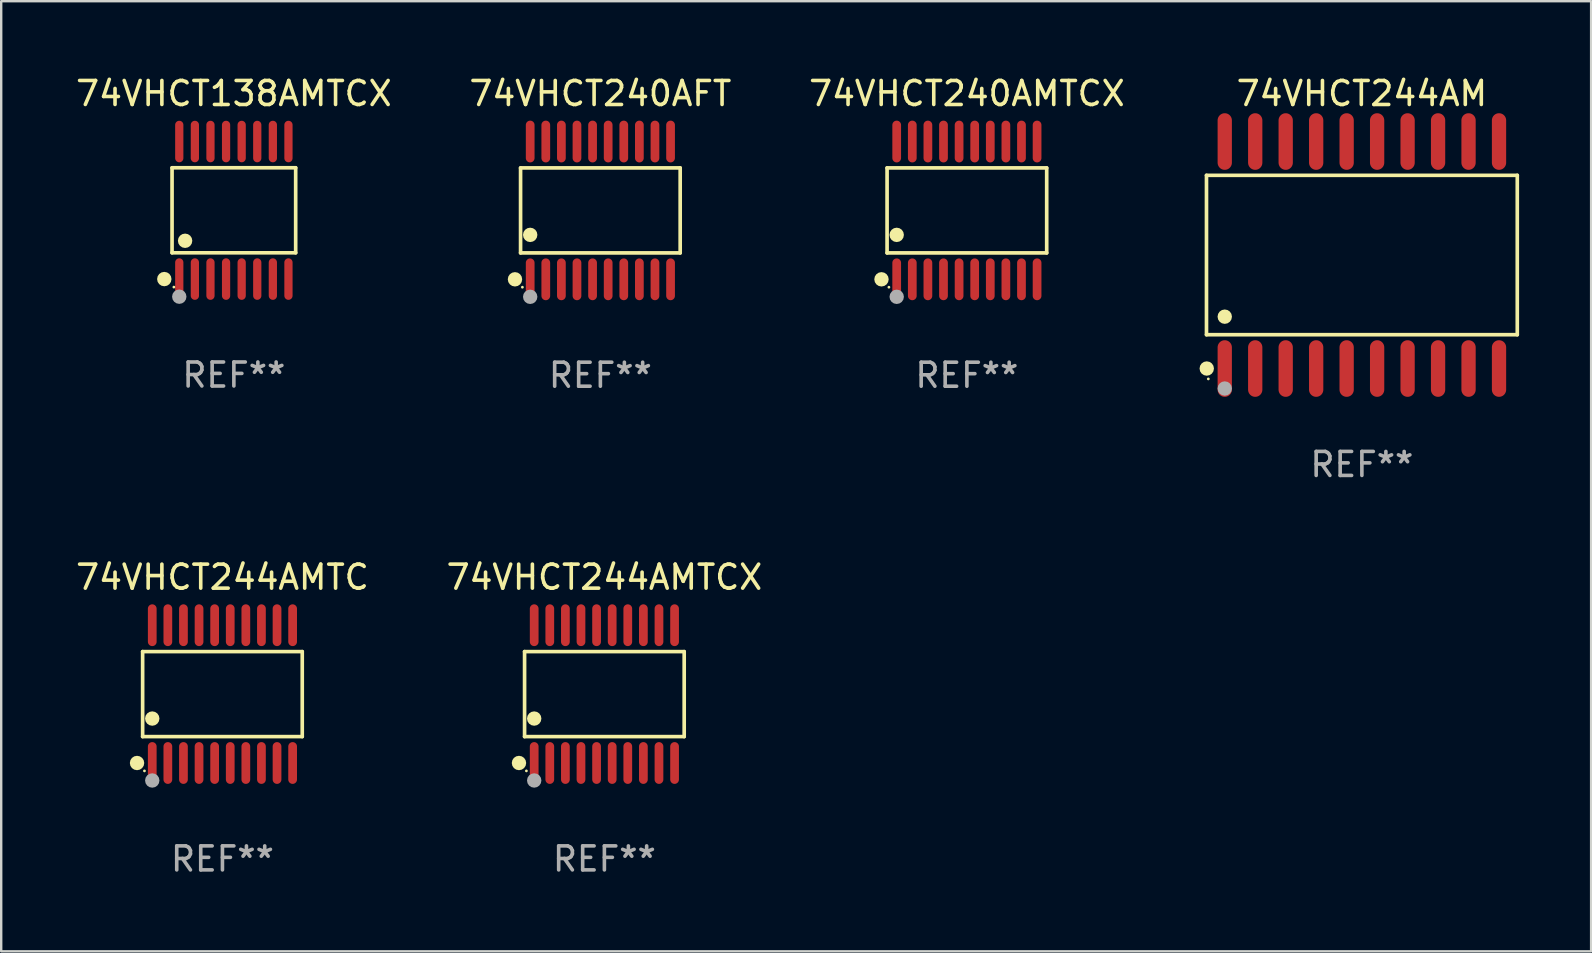
<source format=kicad_pcb>
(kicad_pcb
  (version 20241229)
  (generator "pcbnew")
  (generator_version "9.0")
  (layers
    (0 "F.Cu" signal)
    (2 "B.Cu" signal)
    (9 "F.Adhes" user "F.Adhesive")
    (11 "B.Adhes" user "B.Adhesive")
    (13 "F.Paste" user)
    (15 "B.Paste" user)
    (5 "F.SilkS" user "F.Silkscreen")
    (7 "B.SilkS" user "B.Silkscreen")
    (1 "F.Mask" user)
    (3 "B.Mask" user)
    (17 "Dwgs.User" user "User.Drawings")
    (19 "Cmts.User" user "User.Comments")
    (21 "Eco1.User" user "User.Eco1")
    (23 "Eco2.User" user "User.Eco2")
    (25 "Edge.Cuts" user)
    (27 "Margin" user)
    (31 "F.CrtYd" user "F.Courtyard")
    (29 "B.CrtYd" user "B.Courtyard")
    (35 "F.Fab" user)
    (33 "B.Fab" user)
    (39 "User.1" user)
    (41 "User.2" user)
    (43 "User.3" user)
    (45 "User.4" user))
  (footprint "74VHCT240AMTCX"
    (layer "F.Cu")
    (at 37.244 5.719)
    (property "Reference" "74VHCT240AMTCX" (at 0 -4.871 0) (layer "F.SilkS") (effects (font (size 1 1) (thickness 0.15))))
    (attr through_hole)
    (fp_line (start -3.326 -1.771) (end 3.326 -1.771) (stroke (width 0.152) (type solid)) (layer "F.SilkS"))
    (fp_line (start -3.326 1.771) (end -3.326 -1.771) (stroke (width 0.152) (type solid)) (layer "F.SilkS"))
    (fp_line (start 3.326 -1.771) (end 3.326 1.771) (stroke (width 0.152) (type solid)) (layer "F.SilkS"))
    (fp_line (start 3.326 1.771) (end -3.326 1.771) (stroke (width 0.152) (type solid)) (layer "F.SilkS"))
    (fp_circle (center -3.559 2.871) (end -3.409 2.871) (stroke (width 0.3) (type solid)) (fill no) (layer "F.SilkS"))
    (fp_circle (center -3.25 3.2) (end -3.22 3.2) (stroke (width 0.06) (type solid)) (fill no) (layer "F.SilkS"))
    (fp_circle (center -2.925 1.019) (end -2.775 1.019) (stroke (width 0.3) (type solid)) (fill no) (layer "F.SilkS"))
    (fp_circle (center -2.925 3.6) (end -2.775 3.6) (stroke (width 0.3) (type solid)) (fill no) (layer "F.Fab"))
    (fp_text user "REF**" (at 0 6.871 0) (layer "F.Fab") (effects (font (size 1 1) (thickness 0.15))))
    (pad "1" smd oval (at -2.925 2.871) (size 0.364 1.742) (layers "F.Cu" "F.Mask" "F.Paste"))
    (pad "2" smd oval (at -2.275 2.871) (size 0.364 1.742) (layers "F.Cu" "F.Mask" "F.Paste"))
    (pad "3" smd oval (at -1.625 2.871) (size 0.364 1.742) (layers "F.Cu" "F.Mask" "F.Paste"))
    (pad "4" smd oval (at -0.975 2.871) (size 0.364 1.742) (layers "F.Cu" "F.Mask" "F.Paste"))
    (pad "5" smd oval (at -0.325 2.871) (size 0.364 1.742) (layers "F.Cu" "F.Mask" "F.Paste"))
    (pad "6" smd oval (at 0.325 2.871) (size 0.364 1.742) (layers "F.Cu" "F.Mask" "F.Paste"))
    (pad "7" smd oval (at 0.975 2.871) (size 0.364 1.742) (layers "F.Cu" "F.Mask" "F.Paste"))
    (pad "8" smd oval (at 1.625 2.871) (size 0.364 1.742) (layers "F.Cu" "F.Mask" "F.Paste"))
    (pad "9" smd oval (at 2.275 2.871) (size 0.364 1.742) (layers "F.Cu" "F.Mask" "F.Paste"))
    (pad "10" smd oval (at 2.925 2.871) (size 0.364 1.742) (layers "F.Cu" "F.Mask" "F.Paste"))
    (pad "11" smd oval (at 2.925 -2.871) (size 0.364 1.742) (layers "F.Cu" "F.Mask" "F.Paste"))
    (pad "12" smd oval (at 2.275 -2.871) (size 0.364 1.742) (layers "F.Cu" "F.Mask" "F.Paste"))
    (pad "13" smd oval (at 1.625 -2.871) (size 0.364 1.742) (layers "F.Cu" "F.Mask" "F.Paste"))
    (pad "14" smd oval (at 0.975 -2.871) (size 0.364 1.742) (layers "F.Cu" "F.Mask" "F.Paste"))
    (pad "15" smd oval (at 0.325 -2.871) (size 0.364 1.742) (layers "F.Cu" "F.Mask" "F.Paste"))
    (pad "16" smd oval (at -0.325 -2.871) (size 0.364 1.742) (layers "F.Cu" "F.Mask" "F.Paste"))
    (pad "17" smd oval (at -0.975 -2.871) (size 0.364 1.742) (layers "F.Cu" "F.Mask" "F.Paste"))
    (pad "18" smd oval (at -1.625 -2.871) (size 0.364 1.742) (layers "F.Cu" "F.Mask" "F.Paste"))
    (pad "19" smd oval (at -2.275 -2.871) (size 0.364 1.742) (layers "F.Cu" "F.Mask" "F.Paste"))
    (pad "20" smd oval (at -2.925 -2.871) (size 0.364 1.742) (layers "F.Cu" "F.Mask" "F.Paste")))
  (footprint "74VHCT244AMTC"
    (layer "F.Cu")
    (at 6.22 25.876)
    (property "Reference" "74VHCT244AMTC" (at 0 -4.871 0) (layer "F.SilkS") (effects (font (size 1 1) (thickness 0.15))))
    (attr through_hole)
    (fp_line (start -3.326 -1.771) (end 3.326 -1.771) (stroke (width 0.152) (type solid)) (layer "F.SilkS"))
    (fp_line (start -3.326 1.771) (end -3.326 -1.771) (stroke (width 0.152) (type solid)) (layer "F.SilkS"))
    (fp_line (start 3.326 -1.771) (end 3.326 1.771) (stroke (width 0.152) (type solid)) (layer "F.SilkS"))
    (fp_line (start 3.326 1.771) (end -3.326 1.771) (stroke (width 0.152) (type solid)) (layer "F.SilkS"))
    (fp_circle (center -3.559 2.871) (end -3.409 2.871) (stroke (width 0.3) (type solid)) (fill no) (layer "F.SilkS"))
    (fp_circle (center -3.25 3.2) (end -3.22 3.2) (stroke (width 0.06) (type solid)) (fill no) (layer "F.SilkS"))
    (fp_circle (center -2.925 1.019) (end -2.775 1.019) (stroke (width 0.3) (type solid)) (fill no) (layer "F.SilkS"))
    (fp_circle (center -2.925 3.6) (end -2.775 3.6) (stroke (width 0.3) (type solid)) (fill no) (layer "F.Fab"))
    (fp_text user "REF**" (at 0 6.871 0) (layer "F.Fab") (effects (font (size 1 1) (thickness 0.15))))
    (pad "1" smd oval (at -2.925 2.871) (size 0.364 1.742) (layers "F.Cu" "F.Mask" "F.Paste"))
    (pad "2" smd oval (at -2.275 2.871) (size 0.364 1.742) (layers "F.Cu" "F.Mask" "F.Paste"))
    (pad "3" smd oval (at -1.625 2.871) (size 0.364 1.742) (layers "F.Cu" "F.Mask" "F.Paste"))
    (pad "4" smd oval (at -0.975 2.871) (size 0.364 1.742) (layers "F.Cu" "F.Mask" "F.Paste"))
    (pad "5" smd oval (at -0.325 2.871) (size 0.364 1.742) (layers "F.Cu" "F.Mask" "F.Paste"))
    (pad "6" smd oval (at 0.325 2.871) (size 0.364 1.742) (layers "F.Cu" "F.Mask" "F.Paste"))
    (pad "7" smd oval (at 0.975 2.871) (size 0.364 1.742) (layers "F.Cu" "F.Mask" "F.Paste"))
    (pad "8" smd oval (at 1.625 2.871) (size 0.364 1.742) (layers "F.Cu" "F.Mask" "F.Paste"))
    (pad "9" smd oval (at 2.275 2.871) (size 0.364 1.742) (layers "F.Cu" "F.Mask" "F.Paste"))
    (pad "10" smd oval (at 2.925 2.871) (size 0.364 1.742) (layers "F.Cu" "F.Mask" "F.Paste"))
    (pad "11" smd oval (at 2.925 -2.871) (size 0.364 1.742) (layers "F.Cu" "F.Mask" "F.Paste"))
    (pad "12" smd oval (at 2.275 -2.871) (size 0.364 1.742) (layers "F.Cu" "F.Mask" "F.Paste"))
    (pad "13" smd oval (at 1.625 -2.871) (size 0.364 1.742) (layers "F.Cu" "F.Mask" "F.Paste"))
    (pad "14" smd oval (at 0.975 -2.871) (size 0.364 1.742) (layers "F.Cu" "F.Mask" "F.Paste"))
    (pad "15" smd oval (at 0.325 -2.871) (size 0.364 1.742) (layers "F.Cu" "F.Mask" "F.Paste"))
    (pad "16" smd oval (at -0.325 -2.871) (size 0.364 1.742) (layers "F.Cu" "F.Mask" "F.Paste"))
    (pad "17" smd oval (at -0.975 -2.871) (size 0.364 1.742) (layers "F.Cu" "F.Mask" "F.Paste"))
    (pad "18" smd oval (at -1.625 -2.871) (size 0.364 1.742) (layers "F.Cu" "F.Mask" "F.Paste"))
    (pad "19" smd oval (at -2.275 -2.871) (size 0.364 1.742) (layers "F.Cu" "F.Mask" "F.Paste"))
    (pad "20" smd oval (at -2.925 -2.871) (size 0.364 1.742) (layers "F.Cu" "F.Mask" "F.Paste")))
  (footprint "74VHCT244AM"
    (layer "F.Cu")
    (at 53.705 7.578)
    (property "Reference" "74VHCT244AM" (at 0 -6.73 0) (layer "F.SilkS") (effects (font (size 1 1) (thickness 0.15))))
    (attr through_hole)
    (fp_line (start -6.476 -3.321) (end 6.476 -3.321) (stroke (width 0.152) (type solid)) (layer "F.SilkS"))
    (fp_line (start -6.476 3.321) (end -6.476 -3.321) (stroke (width 0.152) (type solid)) (layer "F.SilkS"))
    (fp_line (start 6.476 -3.321) (end 6.476 3.321) (stroke (width 0.152) (type solid)) (layer "F.SilkS"))
    (fp_line (start 6.476 3.321) (end -6.476 3.321) (stroke (width 0.152) (type solid)) (layer "F.SilkS"))
    (fp_circle (center -6.465 4.73) (end -6.315 4.73) (stroke (width 0.3) (type solid)) (fill no) (layer "F.SilkS"))
    (fp_circle (center -6.4 5.163) (end -6.37 5.163) (stroke (width 0.06) (type solid)) (fill no) (layer "F.SilkS"))
    (fp_circle (center -5.715 2.569) (end -5.565 2.569) (stroke (width 0.3) (type solid)) (fill no) (layer "F.SilkS"))
    (fp_circle (center -5.715 5.563) (end -5.565 5.563) (stroke (width 0.3) (type solid)) (fill no) (layer "F.Fab"))
    (fp_text user "REF**" (at 0 8.73 0) (layer "F.Fab") (effects (font (size 1 1) (thickness 0.15))))
    (pad "1" smd oval (at -5.715 4.73) (size 0.595 2.36) (layers "F.Cu" "F.Mask" "F.Paste"))
    (pad "2" smd oval (at -4.445 4.73) (size 0.595 2.36) (layers "F.Cu" "F.Mask" "F.Paste"))
    (pad "3" smd oval (at -3.175 4.73) (size 0.595 2.36) (layers "F.Cu" "F.Mask" "F.Paste"))
    (pad "4" smd oval (at -1.905 4.73) (size 0.595 2.36) (layers "F.Cu" "F.Mask" "F.Paste"))
    (pad "5" smd oval (at -0.635 4.73) (size 0.595 2.36) (layers "F.Cu" "F.Mask" "F.Paste"))
    (pad "6" smd oval (at 0.635 4.73) (size 0.595 2.36) (layers "F.Cu" "F.Mask" "F.Paste"))
    (pad "7" smd oval (at 1.905 4.73) (size 0.595 2.36) (layers "F.Cu" "F.Mask" "F.Paste"))
    (pad "8" smd oval (at 3.175 4.73) (size 0.595 2.36) (layers "F.Cu" "F.Mask" "F.Paste"))
    (pad "9" smd oval (at 4.445 4.73) (size 0.595 2.36) (layers "F.Cu" "F.Mask" "F.Paste"))
    (pad "10" smd oval (at 5.715 4.73) (size 0.595 2.36) (layers "F.Cu" "F.Mask" "F.Paste"))
    (pad "11" smd oval (at 5.715 -4.73) (size 0.595 2.36) (layers "F.Cu" "F.Mask" "F.Paste"))
    (pad "12" smd oval (at 4.445 -4.73) (size 0.595 2.36) (layers "F.Cu" "F.Mask" "F.Paste"))
    (pad "13" smd oval (at 3.175 -4.73) (size 0.595 2.36) (layers "F.Cu" "F.Mask" "F.Paste"))
    (pad "14" smd oval (at 1.905 -4.73) (size 0.595 2.36) (layers "F.Cu" "F.Mask" "F.Paste"))
    (pad "15" smd oval (at 0.635 -4.73) (size 0.595 2.36) (layers "F.Cu" "F.Mask" "F.Paste"))
    (pad "16" smd oval (at -0.635 -4.73) (size 0.595 2.36) (layers "F.Cu" "F.Mask" "F.Paste"))
    (pad "17" smd oval (at -1.905 -4.73) (size 0.595 2.36) (layers "F.Cu" "F.Mask" "F.Paste"))
    (pad "18" smd oval (at -3.175 -4.73) (size 0.595 2.36) (layers "F.Cu" "F.Mask" "F.Paste"))
    (pad "19" smd oval (at -4.445 -4.73) (size 0.595 2.36) (layers "F.Cu" "F.Mask" "F.Paste"))
    (pad "20" smd oval (at -5.715 -4.73) (size 0.595 2.36) (layers "F.Cu" "F.Mask" "F.Paste")))
  (footprint "74VHCT244AMTCX"
    (layer "F.Cu")
    (at 22.137 25.876)
    (property "Reference" "74VHCT244AMTCX" (at 0 -4.871 0) (layer "F.SilkS") (effects (font (size 1 1) (thickness 0.15))))
    (attr through_hole)
    (fp_line (start -3.326 -1.771) (end 3.326 -1.771) (stroke (width 0.152) (type solid)) (layer "F.SilkS"))
    (fp_line (start -3.326 1.771) (end -3.326 -1.771) (stroke (width 0.152) (type solid)) (layer "F.SilkS"))
    (fp_line (start 3.326 -1.771) (end 3.326 1.771) (stroke (width 0.152) (type solid)) (layer "F.SilkS"))
    (fp_line (start 3.326 1.771) (end -3.326 1.771) (stroke (width 0.152) (type solid)) (layer "F.SilkS"))
    (fp_circle (center -3.559 2.871) (end -3.409 2.871) (stroke (width 0.3) (type solid)) (fill no) (layer "F.SilkS"))
    (fp_circle (center -3.25 3.2) (end -3.22 3.2) (stroke (width 0.06) (type solid)) (fill no) (layer "F.SilkS"))
    (fp_circle (center -2.925 1.019) (end -2.775 1.019) (stroke (width 0.3) (type solid)) (fill no) (layer "F.SilkS"))
    (fp_circle (center -2.925 3.6) (end -2.775 3.6) (stroke (width 0.3) (type solid)) (fill no) (layer "F.Fab"))
    (fp_text user "REF**" (at 0 6.871 0) (layer "F.Fab") (effects (font (size 1 1) (thickness 0.15))))
    (pad "1" smd oval (at -2.925 2.871) (size 0.364 1.742) (layers "F.Cu" "F.Mask" "F.Paste"))
    (pad "2" smd oval (at -2.275 2.871) (size 0.364 1.742) (layers "F.Cu" "F.Mask" "F.Paste"))
    (pad "3" smd oval (at -1.625 2.871) (size 0.364 1.742) (layers "F.Cu" "F.Mask" "F.Paste"))
    (pad "4" smd oval (at -0.975 2.871) (size 0.364 1.742) (layers "F.Cu" "F.Mask" "F.Paste"))
    (pad "5" smd oval (at -0.325 2.871) (size 0.364 1.742) (layers "F.Cu" "F.Mask" "F.Paste"))
    (pad "6" smd oval (at 0.325 2.871) (size 0.364 1.742) (layers "F.Cu" "F.Mask" "F.Paste"))
    (pad "7" smd oval (at 0.975 2.871) (size 0.364 1.742) (layers "F.Cu" "F.Mask" "F.Paste"))
    (pad "8" smd oval (at 1.625 2.871) (size 0.364 1.742) (layers "F.Cu" "F.Mask" "F.Paste"))
    (pad "9" smd oval (at 2.275 2.871) (size 0.364 1.742) (layers "F.Cu" "F.Mask" "F.Paste"))
    (pad "10" smd oval (at 2.925 2.871) (size 0.364 1.742) (layers "F.Cu" "F.Mask" "F.Paste"))
    (pad "11" smd oval (at 2.925 -2.871) (size 0.364 1.742) (layers "F.Cu" "F.Mask" "F.Paste"))
    (pad "12" smd oval (at 2.275 -2.871) (size 0.364 1.742) (layers "F.Cu" "F.Mask" "F.Paste"))
    (pad "13" smd oval (at 1.625 -2.871) (size 0.364 1.742) (layers "F.Cu" "F.Mask" "F.Paste"))
    (pad "14" smd oval (at 0.975 -2.871) (size 0.364 1.742) (layers "F.Cu" "F.Mask" "F.Paste"))
    (pad "15" smd oval (at 0.325 -2.871) (size 0.364 1.742) (layers "F.Cu" "F.Mask" "F.Paste"))
    (pad "16" smd oval (at -0.325 -2.871) (size 0.364 1.742) (layers "F.Cu" "F.Mask" "F.Paste"))
    (pad "17" smd oval (at -0.975 -2.871) (size 0.364 1.742) (layers "F.Cu" "F.Mask" "F.Paste"))
    (pad "18" smd oval (at -1.625 -2.871) (size 0.364 1.742) (layers "F.Cu" "F.Mask" "F.Paste"))
    (pad "19" smd oval (at -2.275 -2.871) (size 0.364 1.742) (layers "F.Cu" "F.Mask" "F.Paste"))
    (pad "20" smd oval (at -2.925 -2.871) (size 0.364 1.742) (layers "F.Cu" "F.Mask" "F.Paste")))
  (footprint "74VHCT240AFT"
    (layer "F.Cu")
    (at 21.97 5.719)
    (property "Reference" "74VHCT240AFT" (at 0 -4.871 0) (layer "F.SilkS") (effects (font (size 1 1) (thickness 0.15))))
    (attr through_hole)
    (fp_line (start -3.326 -1.771) (end 3.326 -1.771) (stroke (width 0.152) (type solid)) (layer "F.SilkS"))
    (fp_line (start -3.326 1.771) (end -3.326 -1.771) (stroke (width 0.152) (type solid)) (layer "F.SilkS"))
    (fp_line (start 3.326 -1.771) (end 3.326 1.771) (stroke (width 0.152) (type solid)) (layer "F.SilkS"))
    (fp_line (start 3.326 1.771) (end -3.326 1.771) (stroke (width 0.152) (type solid)) (layer "F.SilkS"))
    (fp_circle (center -3.559 2.871) (end -3.409 2.871) (stroke (width 0.3) (type solid)) (fill no) (layer "F.SilkS"))
    (fp_circle (center -3.25 3.2) (end -3.22 3.2) (stroke (width 0.06) (type solid)) (fill no) (layer "F.SilkS"))
    (fp_circle (center -2.925 1.019) (end -2.775 1.019) (stroke (width 0.3) (type solid)) (fill no) (layer "F.SilkS"))
    (fp_circle (center -2.925 3.6) (end -2.775 3.6) (stroke (width 0.3) (type solid)) (fill no) (layer "F.Fab"))
    (fp_text user "REF**" (at 0 6.871 0) (layer "F.Fab") (effects (font (size 1 1) (thickness 0.15))))
    (pad "1" smd oval (at -2.925 2.871) (size 0.364 1.742) (layers "F.Cu" "F.Mask" "F.Paste"))
    (pad "2" smd oval (at -2.275 2.871) (size 0.364 1.742) (layers "F.Cu" "F.Mask" "F.Paste"))
    (pad "3" smd oval (at -1.625 2.871) (size 0.364 1.742) (layers "F.Cu" "F.Mask" "F.Paste"))
    (pad "4" smd oval (at -0.975 2.871) (size 0.364 1.742) (layers "F.Cu" "F.Mask" "F.Paste"))
    (pad "5" smd oval (at -0.325 2.871) (size 0.364 1.742) (layers "F.Cu" "F.Mask" "F.Paste"))
    (pad "6" smd oval (at 0.325 2.871) (size 0.364 1.742) (layers "F.Cu" "F.Mask" "F.Paste"))
    (pad "7" smd oval (at 0.975 2.871) (size 0.364 1.742) (layers "F.Cu" "F.Mask" "F.Paste"))
    (pad "8" smd oval (at 1.625 2.871) (size 0.364 1.742) (layers "F.Cu" "F.Mask" "F.Paste"))
    (pad "9" smd oval (at 2.275 2.871) (size 0.364 1.742) (layers "F.Cu" "F.Mask" "F.Paste"))
    (pad "10" smd oval (at 2.925 2.871) (size 0.364 1.742) (layers "F.Cu" "F.Mask" "F.Paste"))
    (pad "11" smd oval (at 2.925 -2.871) (size 0.364 1.742) (layers "F.Cu" "F.Mask" "F.Paste"))
    (pad "12" smd oval (at 2.275 -2.871) (size 0.364 1.742) (layers "F.Cu" "F.Mask" "F.Paste"))
    (pad "13" smd oval (at 1.625 -2.871) (size 0.364 1.742) (layers "F.Cu" "F.Mask" "F.Paste"))
    (pad "14" smd oval (at 0.975 -2.871) (size 0.364 1.742) (layers "F.Cu" "F.Mask" "F.Paste"))
    (pad "15" smd oval (at 0.325 -2.871) (size 0.364 1.742) (layers "F.Cu" "F.Mask" "F.Paste"))
    (pad "16" smd oval (at -0.325 -2.871) (size 0.364 1.742) (layers "F.Cu" "F.Mask" "F.Paste"))
    (pad "17" smd oval (at -0.975 -2.871) (size 0.364 1.742) (layers "F.Cu" "F.Mask" "F.Paste"))
    (pad "18" smd oval (at -1.625 -2.871) (size 0.364 1.742) (layers "F.Cu" "F.Mask" "F.Paste"))
    (pad "19" smd oval (at -2.275 -2.871) (size 0.364 1.742) (layers "F.Cu" "F.Mask" "F.Paste"))
    (pad "20" smd oval (at -2.925 -2.871) (size 0.364 1.742) (layers "F.Cu" "F.Mask" "F.Paste")))
  (footprint "74VHCT138AMTCX"
    (layer "F.Cu")
    (at 6.696 5.714)
    (property "Reference" "74VHCT138AMTCX" (at 0 -4.866 0) (layer "F.SilkS") (effects (font (size 1 1) (thickness 0.15))))
    (attr through_hole)
    (fp_line (start -2.576 -1.772) (end 2.576 -1.772) (stroke (width 0.152) (type solid)) (layer "F.SilkS"))
    (fp_line (start -2.576 1.771) (end -2.576 -1.772) (stroke (width 0.152) (type solid)) (layer "F.SilkS"))
    (fp_line (start 2.576 -1.772) (end 2.576 1.771) (stroke (width 0.152) (type solid)) (layer "F.SilkS"))
    (fp_line (start 2.576 1.771) (end -2.576 1.771) (stroke (width 0.152) (type solid)) (layer "F.SilkS"))
    (fp_circle (center -2.899 2.866) (end -2.749 2.866) (stroke (width 0.3) (type solid)) (fill no) (layer "F.SilkS"))
    (fp_circle (center -2.5 3.2) (end -2.47 3.2) (stroke (width 0.06) (type solid)) (fill no) (layer "F.SilkS"))
    (fp_circle (center -2.032 1.27) (end -1.882 1.27) (stroke (width 0.3) (type solid)) (fill no) (layer "F.SilkS"))
    (fp_circle (center -2.275 3.6) (end -2.125 3.6) (stroke (width 0.3) (type solid)) (fill no) (layer "F.Fab"))
    (fp_text user "REF**" (at 0 6.866 0) (layer "F.Fab") (effects (font (size 1 1) (thickness 0.15))))
    (pad "1" smd oval (at -2.275 2.866) (size 0.343 1.731) (layers "F.Cu" "F.Mask" "F.Paste"))
    (pad "2" smd oval (at -1.625 2.866) (size 0.343 1.731) (layers "F.Cu" "F.Mask" "F.Paste"))
    (pad "3" smd oval (at -0.975 2.866) (size 0.343 1.731) (layers "F.Cu" "F.Mask" "F.Paste"))
    (pad "4" smd oval (at -0.325 2.866) (size 0.343 1.731) (layers "F.Cu" "F.Mask" "F.Paste"))
    (pad "5" smd oval (at 0.325 2.866) (size 0.343 1.731) (layers "F.Cu" "F.Mask" "F.Paste"))
    (pad "6" smd oval (at 0.975 2.866) (size 0.343 1.731) (layers "F.Cu" "F.Mask" "F.Paste"))
    (pad "7" smd oval (at 1.625 2.866) (size 0.343 1.731) (layers "F.Cu" "F.Mask" "F.Paste"))
    (pad "8" smd oval (at 2.275 2.866) (size 0.343 1.731) (layers "F.Cu" "F.Mask" "F.Paste"))
    (pad "9" smd oval (at 2.275 -2.866) (size 0.343 1.731) (layers "F.Cu" "F.Mask" "F.Paste"))
    (pad "10" smd oval (at 1.625 -2.866) (size 0.343 1.731) (layers "F.Cu" "F.Mask" "F.Paste"))
    (pad "11" smd oval (at 0.975 -2.866) (size 0.343 1.731) (layers "F.Cu" "F.Mask" "F.Paste"))
    (pad "12" smd oval (at 0.325 -2.866) (size 0.343 1.731) (layers "F.Cu" "F.Mask" "F.Paste"))
    (pad "13" smd oval (at -0.325 -2.866) (size 0.343 1.731) (layers "F.Cu" "F.Mask" "F.Paste"))
    (pad "14" smd oval (at -0.975 -2.866) (size 0.343 1.731) (layers "F.Cu" "F.Mask" "F.Paste"))
    (pad "15" smd oval (at -1.625 -2.866) (size 0.343 1.731) (layers "F.Cu" "F.Mask" "F.Paste"))
    (pad "16" smd oval (at -2.275 -2.866) (size 0.343 1.731) (layers "F.Cu" "F.Mask" "F.Paste")))
  (gr_rect
    (start -3 -3)
    (end 63.258 36.595)
    (stroke (width 0.1) (type default))
    (fill no)
    (layer "Edge.Cuts")))
</source>
